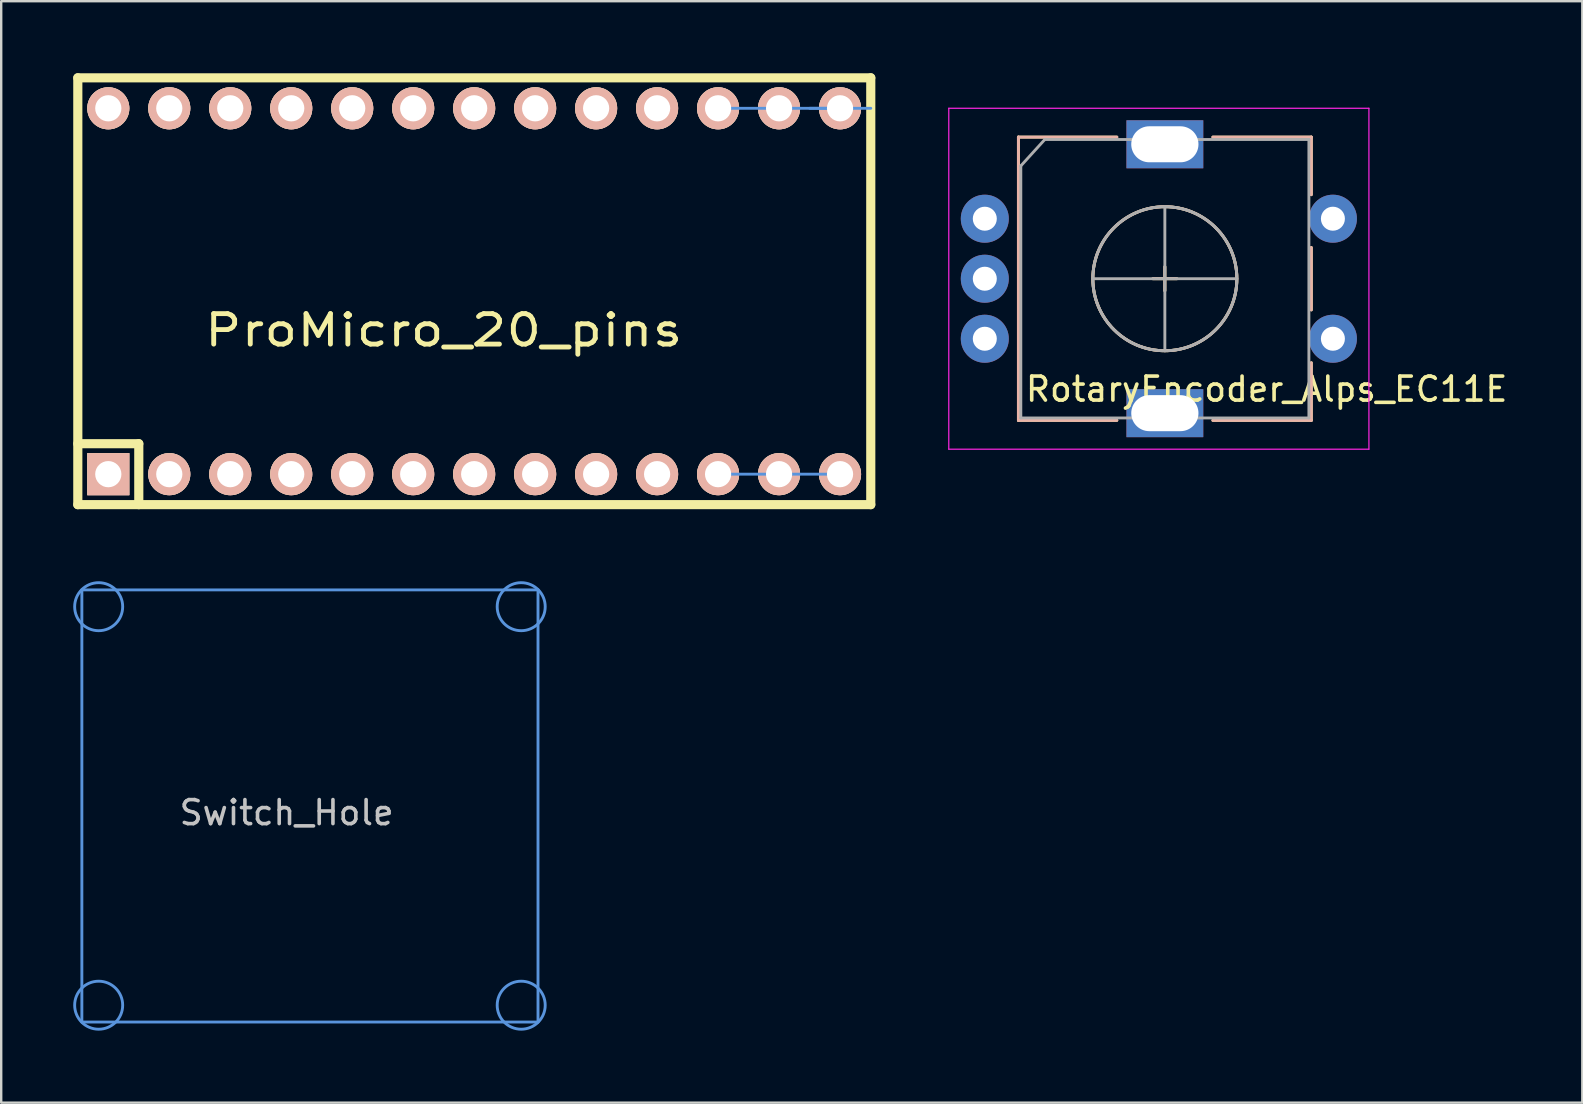
<source format=kicad_pcb>
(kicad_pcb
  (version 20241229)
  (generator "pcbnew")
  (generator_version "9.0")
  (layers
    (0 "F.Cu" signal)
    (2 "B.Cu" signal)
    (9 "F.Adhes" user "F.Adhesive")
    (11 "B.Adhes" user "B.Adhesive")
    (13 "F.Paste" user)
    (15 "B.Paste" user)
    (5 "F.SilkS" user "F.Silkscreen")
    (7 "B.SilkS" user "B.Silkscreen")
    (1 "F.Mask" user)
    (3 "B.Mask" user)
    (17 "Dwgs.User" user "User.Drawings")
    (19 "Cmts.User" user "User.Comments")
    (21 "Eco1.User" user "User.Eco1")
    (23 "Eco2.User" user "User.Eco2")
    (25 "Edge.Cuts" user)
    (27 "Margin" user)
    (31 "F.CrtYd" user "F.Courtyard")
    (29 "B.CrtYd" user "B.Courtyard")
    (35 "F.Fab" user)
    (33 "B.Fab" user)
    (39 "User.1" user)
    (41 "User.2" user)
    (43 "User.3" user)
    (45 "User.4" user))
  (footprint "Switch_Hole"
    (layer "F.Cu")
    (at 9.86 30.521)
    (property "Reference" "Switch_Hole" (at -0.97 0.28 180) (layer "Dwgs.User") (effects (font (size 1 1) (thickness 0.15))))
    (attr through_hole)
    (fp_line (start -9.5 9) (end -9.5 -9) (stroke (width 0.12) (type solid)) (layer "Cmts.User"))
    (fp_line (start 9.5 -9) (end -9.5 -9) (stroke (width 0.12) (type solid)) (layer "Cmts.User"))
    (fp_line (start 9.5 9) (end -9.5 9) (stroke (width 0.12) (type solid)) (layer "Cmts.User"))
    (fp_line (start 9.5 9) (end 9.5 -9) (stroke (width 0.12) (type solid)) (layer "Cmts.User"))
    (fp_circle (center -8.8 -8.3) (end -9.8 -8.3) (stroke (width 0.12) (type solid)) (fill no) (layer "Cmts.User"))
    (fp_circle (center -8.8 8.3) (end -9.8 8.3) (stroke (width 0.12) (type solid)) (fill no) (layer "Cmts.User"))
    (fp_circle (center 8.8 -8.3) (end 7.8 -8.3) (stroke (width 0.12) (type solid)) (fill no) (layer "Cmts.User"))
    (fp_circle (center 8.8 8.3) (end 7.8 8.3) (stroke (width 0.12) (type solid)) (fill no) (layer "Cmts.User"))
    (fp_line (start -8.75 -8.25) (end 8.75 -8.25) (stroke (width 0.12) (type solid)) (layer "Eco1.User"))
    (fp_line (start -8.75 8.25) (end -8.75 -8.25) (stroke (width 0.12) (type solid)) (layer "Eco1.User"))
    (fp_line (start 8.75 -8.25) (end 8.75 8.25) (stroke (width 0.12) (type solid)) (layer "Eco1.User"))
    (fp_line (start 8.75 8.25) (end -8.75 8.25) (stroke (width 0.12) (type solid)) (layer "Eco1.User")))
  (footprint "RotaryEncoder_Alps_EC11E"
    (layer "F.Cu")
    (at 45.471 8.56)
    (property "Reference" "RotaryEncoder_Alps_EC11E" (at 4.24 4.6 180) (layer "F.SilkS") (effects (font (size 1 1) (thickness 0.15))))
    (attr through_hole)
    (fp_line (start -6.1 -5.9) (end -6.1 5.9) (stroke (width 0.12) (type solid)) (layer "F.SilkS"))
    (fp_line (start -2 -5.9) (end -6.1 -5.9) (stroke (width 0.12) (type solid)) (layer "F.SilkS"))
    (fp_line (start -2 5.9) (end -6.1 5.9) (stroke (width 0.12) (type solid)) (layer "F.SilkS"))
    (fp_line (start -0.5 0) (end 0.5 0) (stroke (width 0.12) (type solid)) (layer "F.SilkS"))
    (fp_line (start 0 -0.5) (end 0 0.5) (stroke (width 0.12) (type solid)) (layer "F.SilkS"))
    (fp_line (start 2 -5.9) (end 6.1 -5.9) (stroke (width 0.12) (type solid)) (layer "F.SilkS"))
    (fp_line (start 6.1 -5.9) (end 6.1 -3.5) (stroke (width 0.12) (type solid)) (layer "F.SilkS"))
    (fp_line (start 6.1 -1.3) (end 6.1 1.3) (stroke (width 0.12) (type solid)) (layer "F.SilkS"))
    (fp_line (start 6.1 3.5) (end 6.1 5.9) (stroke (width 0.12) (type solid)) (layer "F.SilkS"))
    (fp_line (start 6.1 5.9) (end 2 5.9) (stroke (width 0.12) (type solid)) (layer "F.SilkS"))
    (fp_circle (center 0 0) (end 3 0) (stroke (width 0.12) (type solid)) (fill no) (layer "F.SilkS"))
    (fp_line (start -6.1 -5.9) (end -6.1 5.9) (stroke (width 0.12) (type solid)) (layer "B.SilkS"))
    (fp_line (start -2 -5.9) (end -6.1 -5.9) (stroke (width 0.12) (type solid)) (layer "B.SilkS"))
    (fp_line (start -2 5.9) (end -6.1 5.9) (stroke (width 0.12) (type solid)) (layer "B.SilkS"))
    (fp_line (start -0.5 0) (end 0.5 0) (stroke (width 0.12) (type solid)) (layer "B.SilkS"))
    (fp_line (start 0 -0.5) (end 0 0.5) (stroke (width 0.12) (type solid)) (layer "B.SilkS"))
    (fp_line (start 2 -5.9) (end 6.1 -5.9) (stroke (width 0.12) (type solid)) (layer "B.SilkS"))
    (fp_line (start 6.1 -5.9) (end 6.1 -3.5) (stroke (width 0.12) (type solid)) (layer "B.SilkS"))
    (fp_line (start 6.1 -1.3) (end 6.1 1.3) (stroke (width 0.12) (type solid)) (layer "B.SilkS"))
    (fp_line (start 6.1 3.5) (end 6.1 5.9) (stroke (width 0.12) (type solid)) (layer "B.SilkS"))
    (fp_line (start 6.1 5.9) (end 2 5.9) (stroke (width 0.12) (type solid)) (layer "B.SilkS"))
    (fp_circle (center 0 0) (end 3 0) (stroke (width 0.12) (type solid)) (fill no) (layer "B.SilkS"))
    (fp_line (start -9 -8.5) (end 9 -8.5) (stroke (width 0.12) (type solid)) (layer "Eco1.User"))
    (fp_line (start -9 8.5) (end -9 -8.5) (stroke (width 0.12) (type solid)) (layer "Eco1.User"))
    (fp_line (start -9 8.5) (end 9 8.5) (stroke (width 0.12) (type solid)) (layer "Eco1.User"))
    (fp_line (start 9 8.5) (end 9 -8.5) (stroke (width 0.12) (type solid)) (layer "Eco1.User"))
    (fp_line (start -9 -7.1) (end -9 7.1) (stroke (width 0.05) (type solid)) (layer "F.CrtYd"))
    (fp_line (start -9 -7.1) (end 8.5 -7.1) (stroke (width 0.05) (type solid)) (layer "F.CrtYd"))
    (fp_line (start 8.5 7.1) (end -9 7.1) (stroke (width 0.05) (type solid)) (layer "F.CrtYd"))
    (fp_line (start 8.5 7.1) (end 8.5 -7.1) (stroke (width 0.05) (type solid)) (layer "F.CrtYd"))
    (fp_line (start -6 -4.7) (end -5 -5.8) (stroke (width 0.12) (type solid)) (layer "F.Fab"))
    (fp_line (start -6 5.8) (end -6 -4.7) (stroke (width 0.12) (type solid)) (layer "F.Fab"))
    (fp_line (start -5 -5.8) (end 6 -5.8) (stroke (width 0.12) (type solid)) (layer "F.Fab"))
    (fp_line (start -3 0) (end 3 0) (stroke (width 0.12) (type solid)) (layer "F.Fab"))
    (fp_line (start 0 -3) (end 0 3) (stroke (width 0.12) (type solid)) (layer "F.Fab"))
    (fp_line (start 6 -5.8) (end 6 5.8) (stroke (width 0.12) (type solid)) (layer "F.Fab"))
    (fp_line (start 6 5.8) (end -6 5.8) (stroke (width 0.12) (type solid)) (layer "F.Fab"))
    (fp_circle (center 0 0) (end 3 0) (stroke (width 0.12) (type solid)) (fill no) (layer "F.Fab"))
    (pad "A" thru_hole circle (at -7.5 -2.5) (size 2 2) (drill 1) (layers "*.Cu" "*.Mask"))
    (pad "B" thru_hole circle (at -7.5 2.5) (size 2 2) (drill 1) (layers "*.Cu" "*.Mask"))
    (pad "C" thru_hole circle (at -7.5 0) (size 2 2) (drill 1) (layers "*.Cu" "*.Mask"))
    (pad "MP" thru_hole rect (at 0 -5.6) (size 3.2 2) (drill oval 2.8 1.5) (layers "*.Cu" "*.Mask"))
    (pad "MP" thru_hole rect (at 0 5.6) (size 3.2 2) (drill oval 2.8 1.5) (layers "*.Cu" "*.Mask"))
    (pad "S1" thru_hole circle (at 7 2.5) (size 2 2) (drill 1) (layers "*.Cu" "*.Mask"))
    (pad "S2" thru_hole circle (at 7 -2.5) (size 2 2) (drill 1) (layers "*.Cu" "*.Mask")))
  (footprint "ProMicro_20_pins"
    (layer "F.Cu")
    (at 15.431 9.081)
    (property "Reference" "ProMicro_20_pins" (at 0 1.625 0) (layer "F.SilkS") (effects (font (size 1.27 1.524) (thickness 0.203))))
    (attr through_hole)
    (fp_line (start -15.24 -8.89) (end -15.24 8.89) (stroke (width 0.381) (type solid)) (layer "F.SilkS"))
    (fp_line (start -15.24 6.35) (end -12.7 6.35) (stroke (width 0.381) (type solid)) (layer "F.SilkS"))
    (fp_line (start -15.24 8.89) (end 17.79 8.89) (stroke (width 0.381) (type solid)) (layer "F.SilkS"))
    (fp_line (start -12.7 6.35) (end -12.7 8.89) (stroke (width 0.381) (type solid)) (layer "F.SilkS"))
    (fp_line (start 17.79 -8.89) (end -15.24 -8.89) (stroke (width 0.381) (type solid)) (layer "F.SilkS"))
    (fp_line (start 17.79 8.89) (end 17.79 -8.89) (stroke (width 0.381) (type solid)) (layer "F.SilkS"))
    (fp_line (start 11.43 -7.62) (end 13.97 -7.62) (stroke (width 0.12) (type solid)) (layer "Cmts.User"))
    (fp_line (start 13.97 -7.62) (end 16.51 -7.62) (stroke (width 0.12) (type solid)) (layer "Cmts.User"))
    (fp_line (start 13.97 7.62) (end 11.43 7.62) (stroke (width 0.12) (type solid)) (layer "Cmts.User"))
    (fp_line (start 15.25 -7.62) (end 17.79 -7.62) (stroke (width 0.12) (type solid)) (layer "Cmts.User"))
    (fp_line (start 16.51 7.62) (end 13.97 7.62) (stroke (width 0.12) (type solid)) (layer "Cmts.User"))
    (pad "1" thru_hole rect (at -13.97 7.62) (size 1.753 1.753) (drill 1.092) (layers "*.Cu" "*.SilkS" "*.Mask"))
    (pad "2" thru_hole circle (at -11.43 7.62) (size 1.753 1.753) (drill 1.092) (layers "*.Cu" "*.SilkS" "*.Mask"))
    (pad "3" thru_hole circle (at -8.89 7.62) (size 1.753 1.753) (drill 1.092) (layers "*.Cu" "*.SilkS" "*.Mask"))
    (pad "4" thru_hole circle (at -6.35 7.62) (size 1.753 1.753) (drill 1.092) (layers "*.Cu" "*.SilkS" "*.Mask"))
    (pad "5" thru_hole circle (at -3.81 7.62) (size 1.753 1.753) (drill 1.092) (layers "*.Cu" "*.SilkS" "*.Mask"))
    (pad "6" thru_hole circle (at -1.27 7.62) (size 1.753 1.753) (drill 1.092) (layers "*.Cu" "*.SilkS" "*.Mask"))
    (pad "7" thru_hole circle (at 1.27 7.62) (size 1.753 1.753) (drill 1.092) (layers "*.Cu" "*.SilkS" "*.Mask"))
    (pad "8" thru_hole circle (at 3.81 7.62) (size 1.753 1.753) (drill 1.092) (layers "*.Cu" "*.SilkS" "*.Mask"))
    (pad "9" thru_hole circle (at 6.35 7.62) (size 1.753 1.753) (drill 1.092) (layers "*.Cu" "*.SilkS" "*.Mask"))
    (pad "10" thru_hole circle (at 8.89 7.62) (size 1.753 1.753) (drill 1.092) (layers "*.Cu" "*.SilkS" "*.Mask"))
    (pad "11" thru_hole circle (at 11.43 7.62) (size 1.753 1.753) (drill 1.092) (layers "*.Cu" "*.SilkS" "*.Mask"))
    (pad "12" thru_hole circle (at 13.97 7.62) (size 1.753 1.753) (drill 1.092) (layers "*.Cu" "*.SilkS" "*.Mask"))
    (pad "13" thru_hole circle (at 13.97 -7.62) (size 1.753 1.753) (drill 1.092) (layers "*.Cu" "*.SilkS" "*.Mask"))
    (pad "14" thru_hole circle (at 11.43 -7.62) (size 1.753 1.753) (drill 1.092) (layers "*.Cu" "*.SilkS" "*.Mask"))
    (pad "15" thru_hole circle (at 8.89 -7.62) (size 1.753 1.753) (drill 1.092) (layers "*.Cu" "*.SilkS" "*.Mask"))
    (pad "16" thru_hole circle (at 6.35 -7.62) (size 1.753 1.753) (drill 1.092) (layers "*.Cu" "*.SilkS" "*.Mask"))
    (pad "17" thru_hole circle (at 3.81 -7.62) (size 1.753 1.753) (drill 1.092) (layers "*.Cu" "*.SilkS" "*.Mask"))
    (pad "18" thru_hole circle (at 1.27 -7.62) (size 1.753 1.753) (drill 1.092) (layers "*.Cu" "*.SilkS" "*.Mask"))
    (pad "19" thru_hole circle (at -1.27 -7.62) (size 1.753 1.753) (drill 1.092) (layers "*.Cu" "*.SilkS" "*.Mask"))
    (pad "20" thru_hole circle (at -3.81 -7.62) (size 1.753 1.753) (drill 1.092) (layers "*.Cu" "*.SilkS" "*.Mask"))
    (pad "21" thru_hole circle (at -6.35 -7.62) (size 1.753 1.753) (drill 1.092) (layers "*.Cu" "*.SilkS" "*.Mask"))
    (pad "22" thru_hole circle (at -8.89 -7.62) (size 1.753 1.753) (drill 1.092) (layers "*.Cu" "*.SilkS" "*.Mask"))
    (pad "23" thru_hole circle (at -11.43 -7.62) (size 1.753 1.753) (drill 1.092) (layers "*.Cu" "*.SilkS" "*.Mask"))
    (pad "24" thru_hole circle (at -13.97 -7.62) (size 1.753 1.753) (drill 1.092) (layers "*.Cu" "*.SilkS" "*.Mask"))
    (pad "25" thru_hole circle (at 16.51 7.62) (size 1.753 1.753) (drill 1.092) (layers "*.Cu" "*.SilkS" "*.Mask"))
    (pad "26" thru_hole circle (at 16.51 -7.62) (size 1.753 1.753) (drill 1.092) (layers "*.Cu" "*.SilkS" "*.Mask")))
  (gr_rect
    (start -3 -3)
    (end 62.86 42.881)
    (stroke (width 0.1) (type default))
    (fill no)
    (layer "Edge.Cuts")))
</source>
